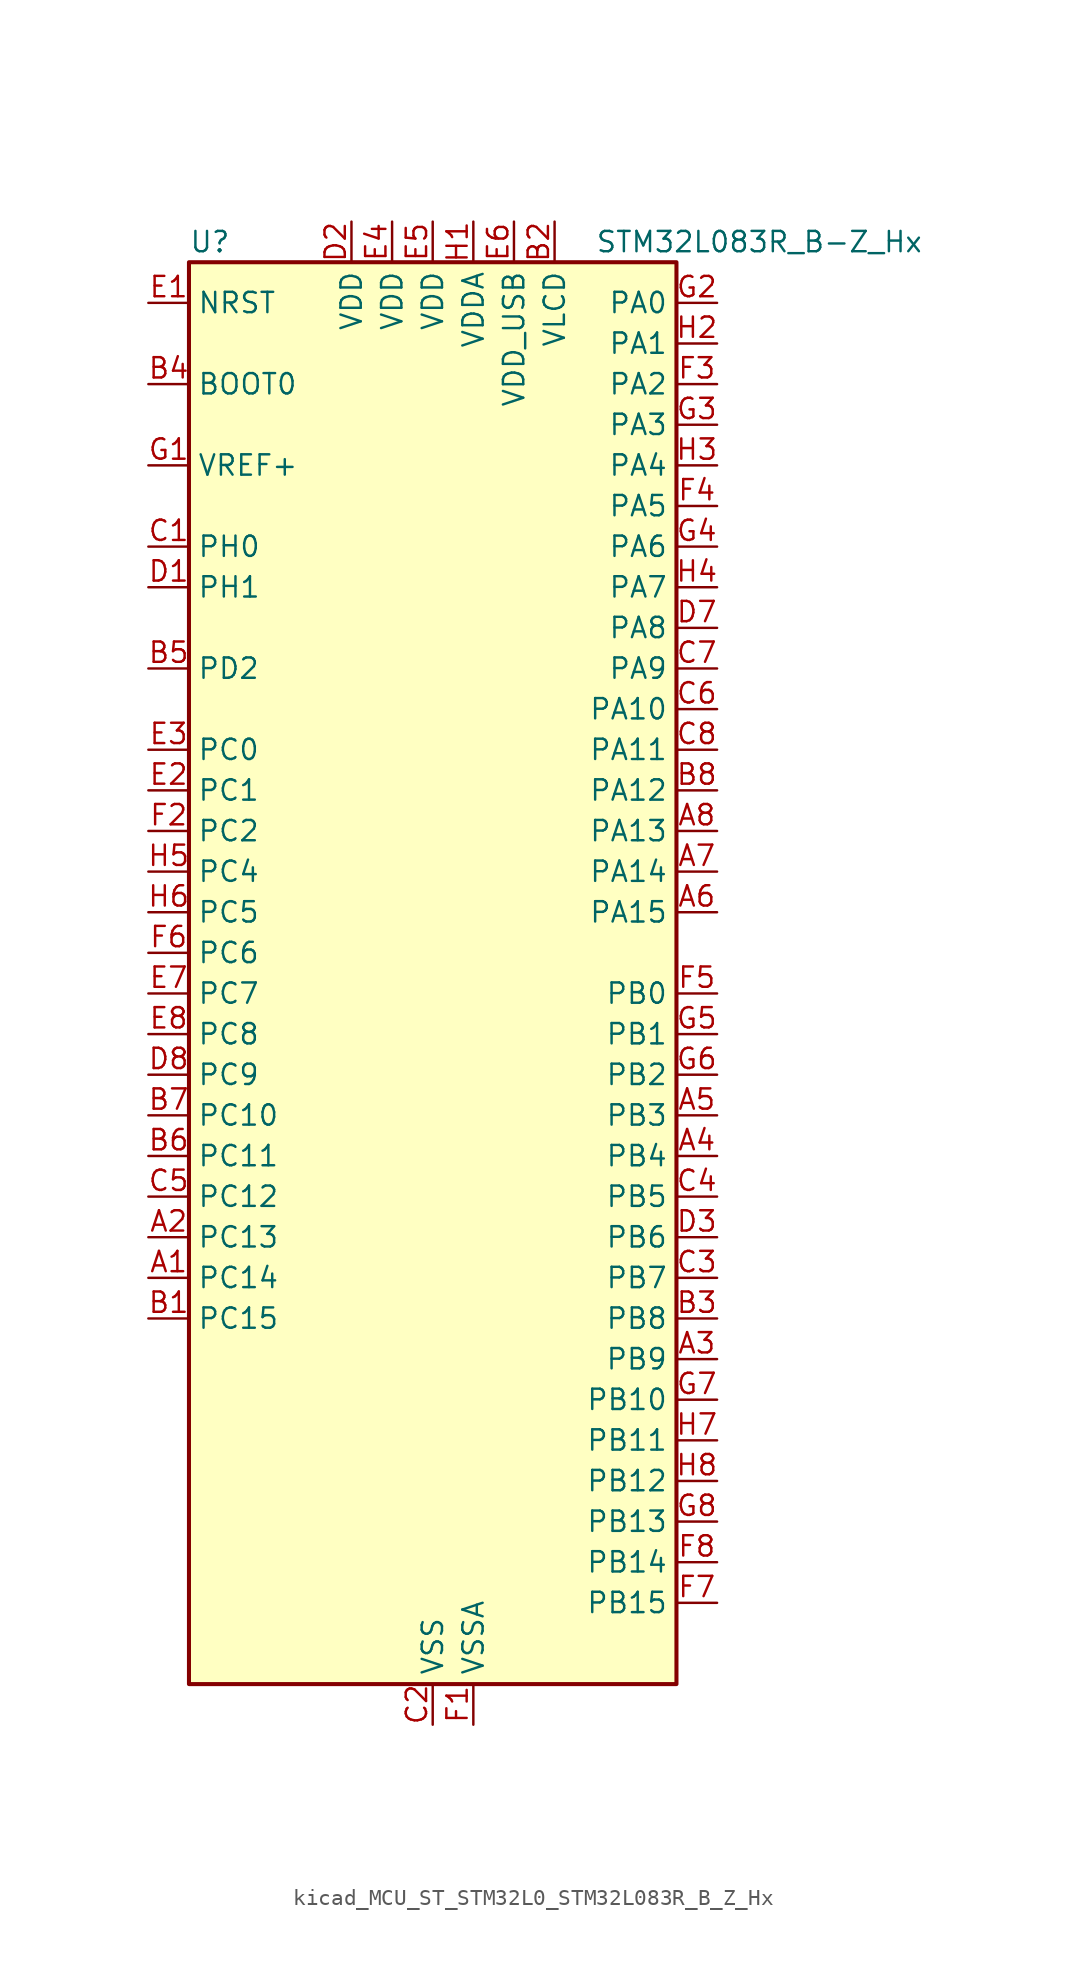
<source format=kicad_sym>
(kicad_symbol_lib
  (version 20220914)
  (generator kicad_symbol_editor)
  (symbol "kicad_MCU_ST_STM32L0_STM32L083R_B_Z_Hx"
    (property "Reference" "U"
      (at -15.24 46.99 0)
      (effects (font (size 1.27 1.27)) (justify left)))
    (property "Value" "STM32L083R_B-Z_Hx"
      (at 10.16 46.99 0)
      (effects (font (size 1.27 1.27)) (justify left)))
    (property "ki_locked" ""
      (at 0 0 0)
      (effects (font (size 1.27 1.27))))
    (symbol "kicad_MCU_ST_STM32L0_STM32L083R_B_Z_Hx_0_1"
      (rectangle (start -15.24 -43.18) (end 15.24 45.72) (stroke (width 0.254) (type default)) (fill (type background))))
    (symbol "kicad_MCU_ST_STM32L0_STM32L083R_B_Z_Hx_1_1"
      (pin bidirectional line (at -17.78 -17.78 0) (length 2.54) (name "PC14" (effects (font (size 1.27 1.27)))) (number "A1" (effects (font (size 1.27 1.27)))) (alternate "RCC_OSC32_IN" bidirectional line))
      (pin bidirectional line (at -17.78 -15.24 0) (length 2.54) (name "PC13" (effects (font (size 1.27 1.27)))) (number "A2" (effects (font (size 1.27 1.27)))) (alternate "RTC_OUT_ALARM" bidirectional line) (alternate "RTC_OUT_CALIB" bidirectional line) (alternate "RTC_TAMP1" bidirectional line) (alternate "RTC_TS" bidirectional line) (alternate "SYS_WKUP2" bidirectional line))
      (pin bidirectional line (at 17.78 -22.86 180) (length 2.54) (name "PB9" (effects (font (size 1.27 1.27)))) (number "A3" (effects (font (size 1.27 1.27)))) (alternate "DAC_EXTI9" bidirectional line) (alternate "I2C1_SDA" bidirectional line) (alternate "I2S2_WS" bidirectional line) (alternate "LCD_COM3" bidirectional line) (alternate "SPI2_NSS" bidirectional line))
      (pin bidirectional line (at 17.78 -10.16 180) (length 2.54) (name "PB4" (effects (font (size 1.27 1.27)))) (number "A4" (effects (font (size 1.27 1.27)))) (alternate "COMP2_INP" bidirectional line) (alternate "I2C3_SDA" bidirectional line) (alternate "LCD_SEG8" bidirectional line) (alternate "SPI1_MISO" bidirectional line) (alternate "TIM22_CH1" bidirectional line) (alternate "TIM3_CH1" bidirectional line) (alternate "TSC_G5_IO2" bidirectional line) (alternate "USART1_CTS" bidirectional line) (alternate "USART5_RX" bidirectional line))
      (pin bidirectional line (at 17.78 -7.62 180) (length 2.54) (name "PB3" (effects (font (size 1.27 1.27)))) (number "A5" (effects (font (size 1.27 1.27)))) (alternate "COMP2_INM" bidirectional line) (alternate "LCD_SEG7" bidirectional line) (alternate "SPI1_SCK" bidirectional line) (alternate "TIM2_CH2" bidirectional line) (alternate "TSC_G5_IO1" bidirectional line) (alternate "USART1_DE" bidirectional line) (alternate "USART1_RTS" bidirectional line) (alternate "USART5_TX" bidirectional line))
      (pin bidirectional line (at 17.78 5.08 180) (length 2.54) (name "PA15" (effects (font (size 1.27 1.27)))) (number "A6" (effects (font (size 1.27 1.27)))) (alternate "LCD_SEG17" bidirectional line) (alternate "SPI1_NSS" bidirectional line) (alternate "TIM2_CH1" bidirectional line) (alternate "TIM2_ETR" bidirectional line) (alternate "USART2_RX" bidirectional line) (alternate "USART4_DE" bidirectional line) (alternate "USART4_RTS" bidirectional line))
      (pin bidirectional line (at 17.78 7.62 180) (length 2.54) (name "PA14" (effects (font (size 1.27 1.27)))) (number "A7" (effects (font (size 1.27 1.27)))) (alternate "LPUART1_TX" bidirectional line) (alternate "SYS_SWCLK" bidirectional line) (alternate "USART2_TX" bidirectional line))
      (pin bidirectional line (at 17.78 10.16 180) (length 2.54) (name "PA13" (effects (font (size 1.27 1.27)))) (number "A8" (effects (font (size 1.27 1.27)))) (alternate "LPUART1_RX" bidirectional line) (alternate "SYS_SWDIO" bidirectional line) (alternate "USB_NOE" bidirectional line))
      (pin bidirectional line (at -17.78 -20.32 0) (length 2.54) (name "PC15" (effects (font (size 1.27 1.27)))) (number "B1" (effects (font (size 1.27 1.27)))) (alternate "RCC_OSC32_OUT" bidirectional line))
      (pin power_in line (at 7.62 48.26 270) (length 2.54) (name "VLCD" (effects (font (size 1.27 1.27)))) (number "B2" (effects (font (size 1.27 1.27)))))
      (pin bidirectional line (at 17.78 -20.32 180) (length 2.54) (name "PB8" (effects (font (size 1.27 1.27)))) (number "B3" (effects (font (size 1.27 1.27)))) (alternate "I2C1_SCL" bidirectional line) (alternate "LCD_SEG16" bidirectional line) (alternate "TSC_SYNC" bidirectional line))
      (pin input line (at -17.78 38.1 0) (length 2.54) (name "BOOT0" (effects (font (size 1.27 1.27)))) (number "B4" (effects (font (size 1.27 1.27)))))
      (pin bidirectional line (at -17.78 20.32 0) (length 2.54) (name "PD2" (effects (font (size 1.27 1.27)))) (number "B5" (effects (font (size 1.27 1.27)))) (alternate "LCD_COM7" bidirectional line) (alternate "LCD_SEG31" bidirectional line) (alternate "LPUART1_DE" bidirectional line) (alternate "LPUART1_RTS" bidirectional line) (alternate "TIM3_ETR" bidirectional line) (alternate "USART5_RX" bidirectional line))
      (pin bidirectional line (at -17.78 -10.16 0) (length 2.54) (name "PC11" (effects (font (size 1.27 1.27)))) (number "B6" (effects (font (size 1.27 1.27)))) (alternate "ADC_EXTI11" bidirectional line) (alternate "LCD_COM5" bidirectional line) (alternate "LCD_SEG29" bidirectional line) (alternate "LPUART1_RX" bidirectional line) (alternate "USART4_RX" bidirectional line))
      (pin bidirectional line (at -17.78 -7.62 0) (length 2.54) (name "PC10" (effects (font (size 1.27 1.27)))) (number "B7" (effects (font (size 1.27 1.27)))) (alternate "LCD_COM4" bidirectional line) (alternate "LCD_SEG28" bidirectional line) (alternate "LPUART1_TX" bidirectional line) (alternate "USART4_TX" bidirectional line))
      (pin bidirectional line (at 17.78 12.7 180) (length 2.54) (name "PA12" (effects (font (size 1.27 1.27)))) (number "B8" (effects (font (size 1.27 1.27)))) (alternate "COMP2_OUT" bidirectional line) (alternate "SPI1_MOSI" bidirectional line) (alternate "TSC_G4_IO4" bidirectional line) (alternate "USART1_DE" bidirectional line) (alternate "USART1_RTS" bidirectional line) (alternate "USB_DP" bidirectional line))
      (pin bidirectional line (at -17.78 27.94 0) (length 2.54) (name "PH0" (effects (font (size 1.27 1.27)))) (number "C1" (effects (font (size 1.27 1.27)))) (alternate "CRS_SYNC" bidirectional line) (alternate "RCC_OSC_IN" bidirectional line))
      (pin power_in line (at 0 -45.72 90) (length 2.54) (name "VSS" (effects (font (size 1.27 1.27)))) (number "C2" (effects (font (size 1.27 1.27)))))
      (pin bidirectional line (at 17.78 -17.78 180) (length 2.54) (name "PB7" (effects (font (size 1.27 1.27)))) (number "C3" (effects (font (size 1.27 1.27)))) (alternate "COMP2_INP" bidirectional line) (alternate "I2C1_SDA" bidirectional line) (alternate "LPTIM1_IN2" bidirectional line) (alternate "SYS_PVD_IN" bidirectional line) (alternate "TSC_G5_IO4" bidirectional line) (alternate "USART1_RX" bidirectional line) (alternate "USART4_CTS" bidirectional line))
      (pin bidirectional line (at 17.78 -12.7 180) (length 2.54) (name "PB5" (effects (font (size 1.27 1.27)))) (number "C4" (effects (font (size 1.27 1.27)))) (alternate "COMP2_INP" bidirectional line) (alternate "I2C1_SMBA" bidirectional line) (alternate "LCD_SEG9" bidirectional line) (alternate "LPTIM1_IN1" bidirectional line) (alternate "SPI1_MOSI" bidirectional line) (alternate "TIM22_CH2" bidirectional line) (alternate "TIM3_CH2" bidirectional line) (alternate "USART1_CK" bidirectional line) (alternate "USART5_CK" bidirectional line) (alternate "USART5_DE" bidirectional line) (alternate "USART5_RTS" bidirectional line))
      (pin bidirectional line (at -17.78 -12.7 0) (length 2.54) (name "PC12" (effects (font (size 1.27 1.27)))) (number "C5" (effects (font (size 1.27 1.27)))) (alternate "LCD_COM6" bidirectional line) (alternate "LCD_SEG30" bidirectional line) (alternate "USART4_CK" bidirectional line) (alternate "USART5_TX" bidirectional line))
      (pin bidirectional line (at 17.78 17.78 180) (length 2.54) (name "PA10" (effects (font (size 1.27 1.27)))) (number "C6" (effects (font (size 1.27 1.27)))) (alternate "I2C1_SDA" bidirectional line) (alternate "LCD_COM2" bidirectional line) (alternate "TSC_G4_IO2" bidirectional line) (alternate "USART1_RX" bidirectional line))
      (pin bidirectional line (at 17.78 20.32 180) (length 2.54) (name "PA9" (effects (font (size 1.27 1.27)))) (number "C7" (effects (font (size 1.27 1.27)))) (alternate "DAC_EXTI9" bidirectional line) (alternate "I2C1_SCL" bidirectional line) (alternate "I2C3_SMBA" bidirectional line) (alternate "LCD_COM1" bidirectional line) (alternate "RCC_MCO" bidirectional line) (alternate "TSC_G4_IO1" bidirectional line) (alternate "USART1_TX" bidirectional line))
      (pin bidirectional line (at 17.78 15.24 180) (length 2.54) (name "PA11" (effects (font (size 1.27 1.27)))) (number "C8" (effects (font (size 1.27 1.27)))) (alternate "ADC_EXTI11" bidirectional line) (alternate "COMP1_OUT" bidirectional line) (alternate "SPI1_MISO" bidirectional line) (alternate "TSC_G4_IO3" bidirectional line) (alternate "USART1_CTS" bidirectional line) (alternate "USB_DM" bidirectional line))
      (pin bidirectional line (at -17.78 25.4 0) (length 2.54) (name "PH1" (effects (font (size 1.27 1.27)))) (number "D1" (effects (font (size 1.27 1.27)))) (alternate "RCC_OSC_OUT" bidirectional line))
      (pin power_in line (at -5.08 48.26 270) (length 2.54) (name "VDD" (effects (font (size 1.27 1.27)))) (number "D2" (effects (font (size 1.27 1.27)))))
      (pin bidirectional line (at 17.78 -15.24 180) (length 2.54) (name "PB6" (effects (font (size 1.27 1.27)))) (number "D3" (effects (font (size 1.27 1.27)))) (alternate "COMP2_INP" bidirectional line) (alternate "I2C1_SCL" bidirectional line) (alternate "LPTIM1_ETR" bidirectional line) (alternate "TSC_G5_IO3" bidirectional line) (alternate "USART1_TX" bidirectional line))
      (pin passive line (at 0 -45.72 90) (length 2.54) hide (name "VSS" (effects (font (size 1.27 1.27)))) (number "D4" (effects (font (size 1.27 1.27)))))
      (pin passive line (at 0 -45.72 90) (length 2.54) hide (name "VSS" (effects (font (size 1.27 1.27)))) (number "D5" (effects (font (size 1.27 1.27)))))
      (pin passive line (at 0 -45.72 90) (length 2.54) hide (name "VSS" (effects (font (size 1.27 1.27)))) (number "D6" (effects (font (size 1.27 1.27)))))
      (pin bidirectional line (at 17.78 22.86 180) (length 2.54) (name "PA8" (effects (font (size 1.27 1.27)))) (number "D7" (effects (font (size 1.27 1.27)))) (alternate "CRS_SYNC" bidirectional line) (alternate "I2C3_SCL" bidirectional line) (alternate "LCD_COM0" bidirectional line) (alternate "RCC_MCO" bidirectional line) (alternate "USART1_CK" bidirectional line))
      (pin bidirectional line (at -17.78 -5.08 0) (length 2.54) (name "PC9" (effects (font (size 1.27 1.27)))) (number "D8" (effects (font (size 1.27 1.27)))) (alternate "DAC_EXTI9" bidirectional line) (alternate "I2C3_SDA" bidirectional line) (alternate "LCD_SEG27" bidirectional line) (alternate "TIM21_ETR" bidirectional line) (alternate "TIM3_CH4" bidirectional line) (alternate "TSC_G8_IO4" bidirectional line) (alternate "USB_NOE" bidirectional line))
      (pin input line (at -17.78 43.18 0) (length 2.54) (name "NRST" (effects (font (size 1.27 1.27)))) (number "E1" (effects (font (size 1.27 1.27)))))
      (pin bidirectional line (at -17.78 12.7 0) (length 2.54) (name "PC1" (effects (font (size 1.27 1.27)))) (number "E2" (effects (font (size 1.27 1.27)))) (alternate "ADC_IN11" bidirectional line) (alternate "I2C3_SDA" bidirectional line) (alternate "LCD_SEG19" bidirectional line) (alternate "LPTIM1_OUT" bidirectional line) (alternate "LPUART1_TX" bidirectional line) (alternate "TSC_G7_IO2" bidirectional line))
      (pin bidirectional line (at -17.78 15.24 0) (length 2.54) (name "PC0" (effects (font (size 1.27 1.27)))) (number "E3" (effects (font (size 1.27 1.27)))) (alternate "ADC_IN10" bidirectional line) (alternate "I2C3_SCL" bidirectional line) (alternate "LCD_SEG18" bidirectional line) (alternate "LPTIM1_IN1" bidirectional line) (alternate "LPUART1_RX" bidirectional line) (alternate "TSC_G7_IO1" bidirectional line))
      (pin power_in line (at -2.54 48.26 270) (length 2.54) (name "VDD" (effects (font (size 1.27 1.27)))) (number "E4" (effects (font (size 1.27 1.27)))))
      (pin power_in line (at 0 48.26 270) (length 2.54) (name "VDD" (effects (font (size 1.27 1.27)))) (number "E5" (effects (font (size 1.27 1.27)))))
      (pin power_in line (at 5.08 48.26 270) (length 2.54) (name "VDD_USB" (effects (font (size 1.27 1.27)))) (number "E6" (effects (font (size 1.27 1.27)))))
      (pin bidirectional line (at -17.78 0 0) (length 2.54) (name "PC7" (effects (font (size 1.27 1.27)))) (number "E7" (effects (font (size 1.27 1.27)))) (alternate "LCD_SEG25" bidirectional line) (alternate "TIM22_CH2" bidirectional line) (alternate "TIM3_CH2" bidirectional line) (alternate "TSC_G8_IO2" bidirectional line))
      (pin bidirectional line (at -17.78 -2.54 0) (length 2.54) (name "PC8" (effects (font (size 1.27 1.27)))) (number "E8" (effects (font (size 1.27 1.27)))) (alternate "LCD_SEG26" bidirectional line) (alternate "TIM22_ETR" bidirectional line) (alternate "TIM3_CH3" bidirectional line) (alternate "TSC_G8_IO3" bidirectional line))
      (pin power_in line (at 2.54 -45.72 90) (length 2.54) (name "VSSA" (effects (font (size 1.27 1.27)))) (number "F1" (effects (font (size 1.27 1.27)))))
      (pin bidirectional line (at -17.78 10.16 0) (length 2.54) (name "PC2" (effects (font (size 1.27 1.27)))) (number "F2" (effects (font (size 1.27 1.27)))) (alternate "ADC_IN12" bidirectional line) (alternate "I2S2_MCK" bidirectional line) (alternate "LCD_SEG20" bidirectional line) (alternate "LPTIM1_IN2" bidirectional line) (alternate "SPI2_MISO" bidirectional line) (alternate "TSC_G7_IO3" bidirectional line))
      (pin bidirectional line (at 17.78 38.1 180) (length 2.54) (name "PA2" (effects (font (size 1.27 1.27)))) (number "F3" (effects (font (size 1.27 1.27)))) (alternate "ADC_IN2" bidirectional line) (alternate "COMP2_INM" bidirectional line) (alternate "COMP2_OUT" bidirectional line) (alternate "LCD_SEG1" bidirectional line) (alternate "LPUART1_TX" bidirectional line) (alternate "TIM21_CH1" bidirectional line) (alternate "TIM2_CH3" bidirectional line) (alternate "TSC_G1_IO3" bidirectional line) (alternate "USART2_TX" bidirectional line))
      (pin bidirectional line (at 17.78 30.48 180) (length 2.54) (name "PA5" (effects (font (size 1.27 1.27)))) (number "F4" (effects (font (size 1.27 1.27)))) (alternate "ADC_IN5" bidirectional line) (alternate "COMP1_INM" bidirectional line) (alternate "COMP2_INM" bidirectional line) (alternate "DAC_OUT2" bidirectional line) (alternate "SPI1_SCK" bidirectional line) (alternate "TIM2_CH1" bidirectional line) (alternate "TIM2_ETR" bidirectional line) (alternate "TSC_G2_IO2" bidirectional line))
      (pin bidirectional line (at 17.78 0 180) (length 2.54) (name "PB0" (effects (font (size 1.27 1.27)))) (number "F5" (effects (font (size 1.27 1.27)))) (alternate "ADC_IN8" bidirectional line) (alternate "LCD_SEG5" bidirectional line) (alternate "LCD_VLCD3" bidirectional line) (alternate "SYS_VREF_OUT_PB0" bidirectional line) (alternate "TIM3_CH3" bidirectional line) (alternate "TSC_G3_IO2" bidirectional line))
      (pin bidirectional line (at -17.78 2.54 0) (length 2.54) (name "PC6" (effects (font (size 1.27 1.27)))) (number "F6" (effects (font (size 1.27 1.27)))) (alternate "LCD_SEG24" bidirectional line) (alternate "TIM22_CH1" bidirectional line) (alternate "TIM3_CH1" bidirectional line) (alternate "TSC_G8_IO1" bidirectional line))
      (pin bidirectional line (at 17.78 -38.1 180) (length 2.54) (name "PB15" (effects (font (size 1.27 1.27)))) (number "F7" (effects (font (size 1.27 1.27)))) (alternate "I2S2_SD" bidirectional line) (alternate "LCD_SEG15" bidirectional line) (alternate "RTC_REFIN" bidirectional line) (alternate "SPI2_MOSI" bidirectional line))
      (pin bidirectional line (at 17.78 -35.56 180) (length 2.54) (name "PB14" (effects (font (size 1.27 1.27)))) (number "F8" (effects (font (size 1.27 1.27)))) (alternate "I2C2_SDA" bidirectional line) (alternate "I2S2_MCK" bidirectional line) (alternate "LCD_SEG14" bidirectional line) (alternate "LPUART1_DE" bidirectional line) (alternate "LPUART1_RTS" bidirectional line) (alternate "RTC_OUT_ALARM" bidirectional line) (alternate "RTC_OUT_CALIB" bidirectional line) (alternate "SPI2_MISO" bidirectional line) (alternate "TIM21_CH2" bidirectional line) (alternate "TSC_G6_IO4" bidirectional line))
      (pin input line (at -17.78 33.02 0) (length 2.54) (name "VREF+" (effects (font (size 1.27 1.27)))) (number "G1" (effects (font (size 1.27 1.27)))))
      (pin bidirectional line (at 17.78 43.18 180) (length 2.54) (name "PA0" (effects (font (size 1.27 1.27)))) (number "G2" (effects (font (size 1.27 1.27)))) (alternate "ADC_IN0" bidirectional line) (alternate "COMP1_INM" bidirectional line) (alternate "COMP1_OUT" bidirectional line) (alternate "RTC_TAMP2" bidirectional line) (alternate "SYS_WKUP1" bidirectional line) (alternate "TIM2_CH1" bidirectional line) (alternate "TIM2_ETR" bidirectional line) (alternate "TSC_G1_IO1" bidirectional line) (alternate "USART2_CTS" bidirectional line) (alternate "USART4_TX" bidirectional line))
      (pin bidirectional line (at 17.78 35.56 180) (length 2.54) (name "PA3" (effects (font (size 1.27 1.27)))) (number "G3" (effects (font (size 1.27 1.27)))) (alternate "ADC_IN3" bidirectional line) (alternate "COMP2_INP" bidirectional line) (alternate "LCD_SEG2" bidirectional line) (alternate "LPUART1_RX" bidirectional line) (alternate "TIM21_CH2" bidirectional line) (alternate "TIM2_CH4" bidirectional line) (alternate "TSC_G1_IO4" bidirectional line) (alternate "USART2_RX" bidirectional line))
      (pin bidirectional line (at 17.78 27.94 180) (length 2.54) (name "PA6" (effects (font (size 1.27 1.27)))) (number "G4" (effects (font (size 1.27 1.27)))) (alternate "ADC_IN6" bidirectional line) (alternate "COMP1_OUT" bidirectional line) (alternate "LCD_SEG3" bidirectional line) (alternate "LPUART1_CTS" bidirectional line) (alternate "SPI1_MISO" bidirectional line) (alternate "TIM22_CH1" bidirectional line) (alternate "TIM3_CH1" bidirectional line) (alternate "TSC_G2_IO3" bidirectional line))
      (pin bidirectional line (at 17.78 -2.54 180) (length 2.54) (name "PB1" (effects (font (size 1.27 1.27)))) (number "G5" (effects (font (size 1.27 1.27)))) (alternate "ADC_IN9" bidirectional line) (alternate "LCD_SEG6" bidirectional line) (alternate "LPUART1_DE" bidirectional line) (alternate "LPUART1_RTS" bidirectional line) (alternate "SYS_VREF_OUT_PB1" bidirectional line) (alternate "TIM3_CH4" bidirectional line) (alternate "TSC_G3_IO3" bidirectional line))
      (pin bidirectional line (at 17.78 -5.08 180) (length 2.54) (name "PB2" (effects (font (size 1.27 1.27)))) (number "G6" (effects (font (size 1.27 1.27)))) (alternate "I2C3_SMBA" bidirectional line) (alternate "LCD_VLCD2" bidirectional line) (alternate "LPTIM1_OUT" bidirectional line) (alternate "TSC_G3_IO4" bidirectional line))
      (pin bidirectional line (at 17.78 -25.4 180) (length 2.54) (name "PB10" (effects (font (size 1.27 1.27)))) (number "G7" (effects (font (size 1.27 1.27)))) (alternate "I2C2_SCL" bidirectional line) (alternate "LCD_SEG10" bidirectional line) (alternate "LPUART1_RX" bidirectional line) (alternate "LPUART1_TX" bidirectional line) (alternate "SPI2_SCK" bidirectional line) (alternate "TIM2_CH3" bidirectional line) (alternate "TSC_SYNC" bidirectional line))
      (pin bidirectional line (at 17.78 -33.02 180) (length 2.54) (name "PB13" (effects (font (size 1.27 1.27)))) (number "G8" (effects (font (size 1.27 1.27)))) (alternate "I2C2_SCL" bidirectional line) (alternate "I2S2_CK" bidirectional line) (alternate "LCD_SEG13" bidirectional line) (alternate "LPUART1_CTS" bidirectional line) (alternate "RCC_MCO" bidirectional line) (alternate "SPI2_SCK" bidirectional line) (alternate "TIM21_CH1" bidirectional line) (alternate "TSC_G6_IO3" bidirectional line))
      (pin power_in line (at 2.54 48.26 270) (length 2.54) (name "VDDA" (effects (font (size 1.27 1.27)))) (number "H1" (effects (font (size 1.27 1.27)))))
      (pin bidirectional line (at 17.78 40.64 180) (length 2.54) (name "PA1" (effects (font (size 1.27 1.27)))) (number "H2" (effects (font (size 1.27 1.27)))) (alternate "ADC_IN1" bidirectional line) (alternate "COMP1_INP" bidirectional line) (alternate "LCD_SEG0" bidirectional line) (alternate "TIM21_ETR" bidirectional line) (alternate "TIM2_CH2" bidirectional line) (alternate "TSC_G1_IO2" bidirectional line) (alternate "USART2_DE" bidirectional line) (alternate "USART2_RTS" bidirectional line) (alternate "USART4_RX" bidirectional line))
      (pin bidirectional line (at 17.78 33.02 180) (length 2.54) (name "PA4" (effects (font (size 1.27 1.27)))) (number "H3" (effects (font (size 1.27 1.27)))) (alternate "ADC_IN4" bidirectional line) (alternate "COMP1_INM" bidirectional line) (alternate "COMP2_INM" bidirectional line) (alternate "DAC_OUT1" bidirectional line) (alternate "SPI1_NSS" bidirectional line) (alternate "TIM22_ETR" bidirectional line) (alternate "TSC_G2_IO1" bidirectional line) (alternate "USART2_CK" bidirectional line))
      (pin bidirectional line (at 17.78 25.4 180) (length 2.54) (name "PA7" (effects (font (size 1.27 1.27)))) (number "H4" (effects (font (size 1.27 1.27)))) (alternate "ADC_IN7" bidirectional line) (alternate "COMP2_OUT" bidirectional line) (alternate "LCD_SEG4" bidirectional line) (alternate "SPI1_MOSI" bidirectional line) (alternate "TIM22_CH2" bidirectional line) (alternate "TIM3_CH2" bidirectional line) (alternate "TSC_G2_IO4" bidirectional line))
      (pin bidirectional line (at -17.78 7.62 0) (length 2.54) (name "PC4" (effects (font (size 1.27 1.27)))) (number "H5" (effects (font (size 1.27 1.27)))) (alternate "ADC_IN14" bidirectional line) (alternate "LCD_SEG22" bidirectional line) (alternate "LPUART1_TX" bidirectional line))
      (pin bidirectional line (at -17.78 5.08 0) (length 2.54) (name "PC5" (effects (font (size 1.27 1.27)))) (number "H6" (effects (font (size 1.27 1.27)))) (alternate "ADC_IN15" bidirectional line) (alternate "LCD_SEG23" bidirectional line) (alternate "LPUART1_RX" bidirectional line) (alternate "TSC_G3_IO1" bidirectional line))
      (pin bidirectional line (at 17.78 -27.94 180) (length 2.54) (name "PB11" (effects (font (size 1.27 1.27)))) (number "H7" (effects (font (size 1.27 1.27)))) (alternate "ADC_EXTI11" bidirectional line) (alternate "I2C2_SDA" bidirectional line) (alternate "LCD_SEG11" bidirectional line) (alternate "LPUART1_RX" bidirectional line) (alternate "LPUART1_TX" bidirectional line) (alternate "TIM2_CH4" bidirectional line) (alternate "TSC_G6_IO1" bidirectional line))
      (pin bidirectional line (at 17.78 -30.48 180) (length 2.54) (name "PB12" (effects (font (size 1.27 1.27)))) (number "H8" (effects (font (size 1.27 1.27)))) (alternate "I2S2_WS" bidirectional line) (alternate "LCD_SEG12" bidirectional line) (alternate "LCD_VLCD2" bidirectional line) (alternate "LPUART1_DE" bidirectional line) (alternate "LPUART1_RTS" bidirectional line) (alternate "SPI2_NSS" bidirectional line) (alternate "TSC_G6_IO2" bidirectional line)))))
</source>
